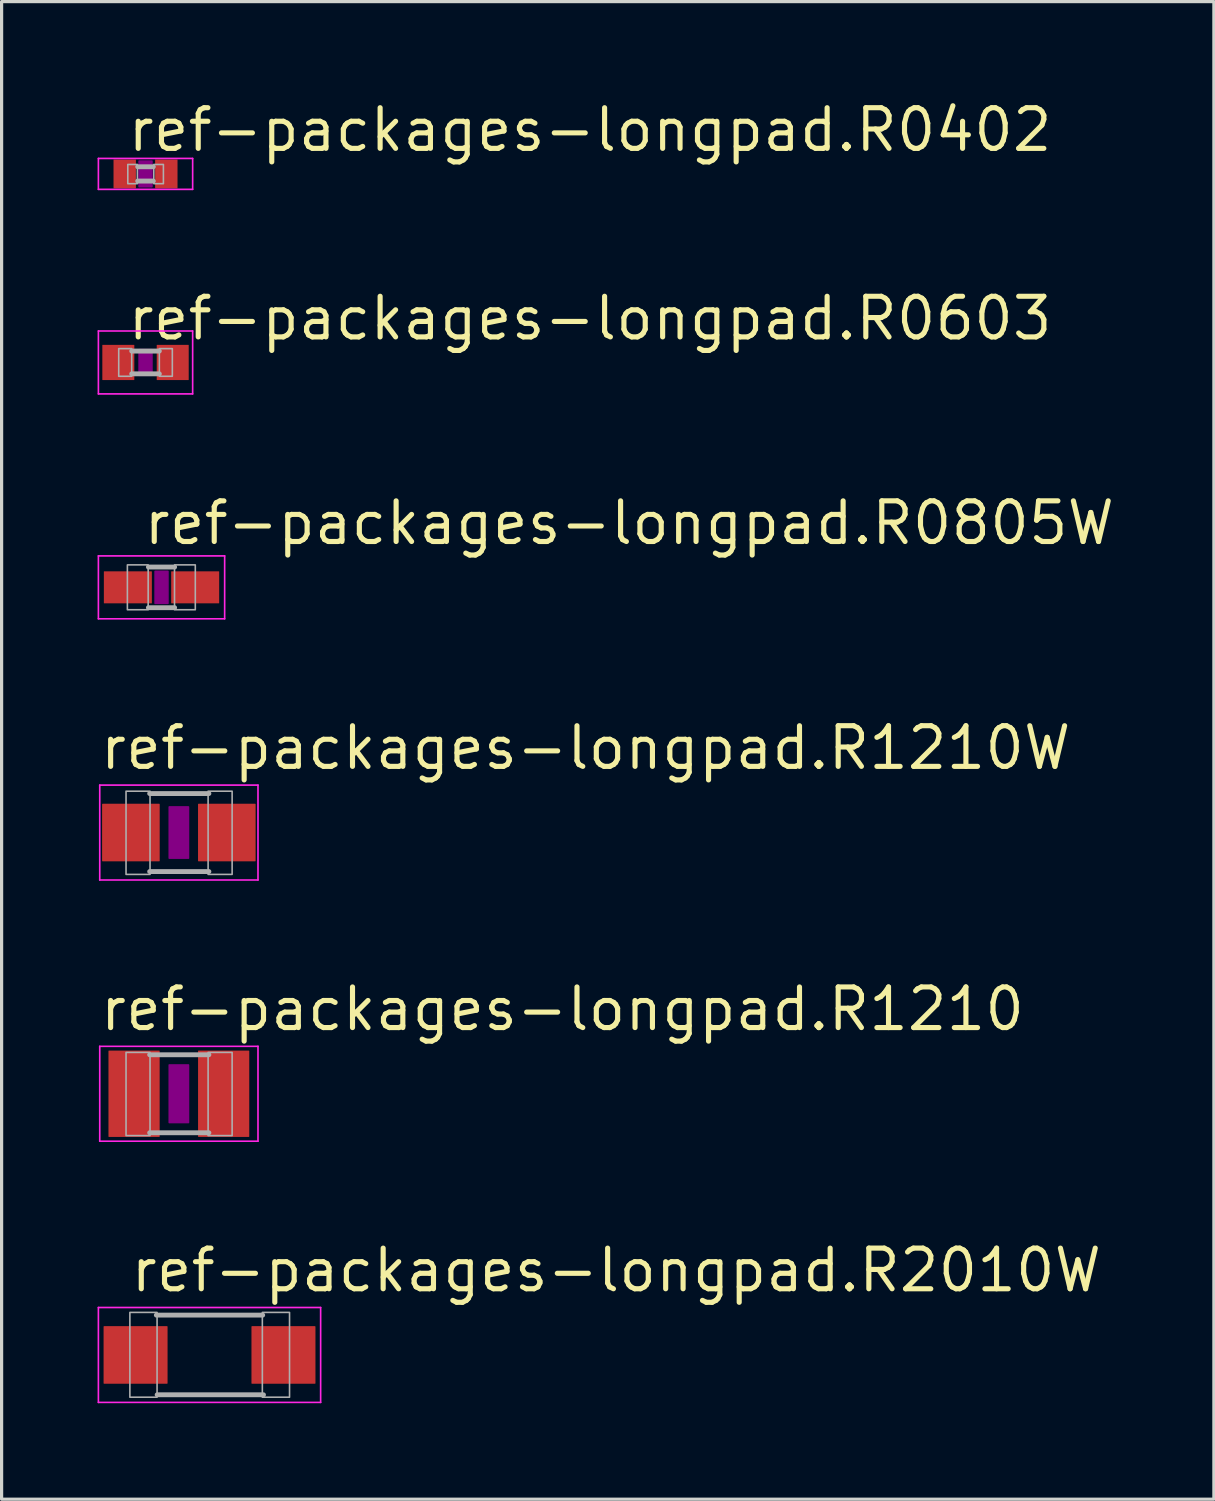
<source format=kicad_pcb>
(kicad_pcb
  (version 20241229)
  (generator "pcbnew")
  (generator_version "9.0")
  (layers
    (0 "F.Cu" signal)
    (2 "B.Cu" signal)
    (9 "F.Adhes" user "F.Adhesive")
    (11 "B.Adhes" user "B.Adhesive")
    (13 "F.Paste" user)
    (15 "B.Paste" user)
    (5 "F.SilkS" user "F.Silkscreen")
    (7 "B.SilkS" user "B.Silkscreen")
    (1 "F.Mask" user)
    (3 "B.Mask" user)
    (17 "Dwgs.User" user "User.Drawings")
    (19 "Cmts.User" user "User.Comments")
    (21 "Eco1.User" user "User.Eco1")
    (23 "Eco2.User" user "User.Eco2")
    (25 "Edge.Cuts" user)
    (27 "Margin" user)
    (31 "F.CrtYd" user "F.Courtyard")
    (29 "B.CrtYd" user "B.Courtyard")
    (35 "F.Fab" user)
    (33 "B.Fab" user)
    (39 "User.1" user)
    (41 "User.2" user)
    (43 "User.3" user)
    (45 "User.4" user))
  (footprint "ref-packages-longpad.R0603"
    (layer "F.Cu")
    (at 1.498 8.278)
    (property "Reference" "ref-packages-longpad.R0603" (at -0.635 -0.635 0) (layer "F.SilkS") (effects (font (size 1.27 1.27) (thickness 0.16)) (justify left bottom)))
    (attr smd)
    (fp_rect (start -0.2 0.4) (end 0.2 -0.4) (stroke (width 0.05) (type default)) (fill yes) (layer "F.Adhes"))
    (fp_line (start -1.473 -0.983) (end 1.473 -0.983) (stroke (width 0.051) (type default)) (layer "F.CrtYd"))
    (fp_line (start -1.473 0.983) (end -1.473 -0.983) (stroke (width 0.051) (type default)) (layer "F.CrtYd"))
    (fp_line (start 1.473 -0.983) (end 1.473 0.983) (stroke (width 0.051) (type default)) (layer "F.CrtYd"))
    (fp_line (start 1.473 0.983) (end -1.473 0.983) (stroke (width 0.051) (type default)) (layer "F.CrtYd"))
    (fp_line (start -0.432 0.356) (end 0.432 0.356) (stroke (width 0.152) (type default)) (layer "F.Fab"))
    (fp_line (start 0.432 -0.356) (end -0.432 -0.356) (stroke (width 0.152) (type default)) (layer "F.Fab"))
    (fp_rect (start -0.838 0.432) (end -0.432 -0.432) (stroke (width 0.05) (type default)) (fill no) (layer "F.Fab"))
    (fp_rect (start 0.432 0.432) (end 0.838 -0.432) (stroke (width 0.05) (type default)) (fill no) (layer "F.Fab"))
    (pad "1" smd roundrect (at -0.85 0) (size 1 1.1) (layers "F.Cu" "F.Mask" "F.Paste") (roundrect_rratio 0.01))
    (pad "2" smd roundrect (at 0.85 0) (size 1 1.1) (layers "F.Cu" "F.Mask" "F.Paste") (roundrect_rratio 0.01)))
  (footprint "ref-packages-longpad.R0402"
    (layer "F.Cu")
    (at 1.498 2.385)
    (property "Reference" "ref-packages-longpad.R0402" (at -0.635 -0.635 0) (layer "F.SilkS") (effects (font (size 1.27 1.27) (thickness 0.16)) (justify left bottom)))
    (attr smd)
    (fp_rect (start -0.2 0.4) (end 0.2 -0.4) (stroke (width 0.05) (type default)) (fill yes) (layer "F.Adhes"))
    (fp_line (start -1.473 -0.483) (end 1.473 -0.483) (stroke (width 0.051) (type default)) (layer "F.CrtYd"))
    (fp_line (start -1.473 0.483) (end -1.473 -0.483) (stroke (width 0.051) (type default)) (layer "F.CrtYd"))
    (fp_line (start 1.473 -0.483) (end 1.473 0.483) (stroke (width 0.051) (type default)) (layer "F.CrtYd"))
    (fp_line (start 1.473 0.483) (end -1.473 0.483) (stroke (width 0.051) (type default)) (layer "F.CrtYd"))
    (fp_line (start -0.245 -0.224) (end 0.245 -0.224) (stroke (width 0.152) (type default)) (layer "F.Fab"))
    (fp_line (start 0.245 0.224) (end -0.245 0.224) (stroke (width 0.152) (type default)) (layer "F.Fab"))
    (fp_rect (start -0.554 0.305) (end -0.254 -0.295) (stroke (width 0.05) (type default)) (fill no) (layer "F.Fab"))
    (fp_rect (start 0.259 0.305) (end 0.559 -0.295) (stroke (width 0.05) (type default)) (fill no) (layer "F.Fab"))
    (pad "1" smd roundrect (at -0.65 0) (size 0.7 0.9) (layers "F.Cu" "F.Mask" "F.Paste") (roundrect_rratio 0.01))
    (pad "2" smd roundrect (at 0.65 0) (size 0.7 0.9) (layers "F.Cu" "F.Mask" "F.Paste") (roundrect_rratio 0.01)))
  (footprint "ref-packages-longpad.R0805W"
    (layer "F.Cu")
    (at 1.998 15.307)
    (property "Reference" "ref-packages-longpad.R0805W" (at -0.635 -1.27 0) (layer "F.SilkS") (effects (font (size 1.27 1.27) (thickness 0.16)) (justify left bottom)))
    (attr smd)
    (fp_rect (start -0.2 0.5) (end 0.2 -0.5) (stroke (width 0.05) (type default)) (fill yes) (layer "F.Adhes"))
    (fp_line (start -1.973 -0.983) (end 1.973 -0.983) (stroke (width 0.051) (type default)) (layer "F.CrtYd"))
    (fp_line (start -1.973 0.983) (end -1.973 -0.983) (stroke (width 0.051) (type default)) (layer "F.CrtYd"))
    (fp_line (start 1.973 -0.983) (end 1.973 0.983) (stroke (width 0.051) (type default)) (layer "F.CrtYd"))
    (fp_line (start 1.973 0.983) (end -1.973 0.983) (stroke (width 0.051) (type default)) (layer "F.CrtYd"))
    (fp_line (start -0.41 -0.635) (end 0.41 -0.635) (stroke (width 0.152) (type default)) (layer "F.Fab"))
    (fp_line (start -0.41 0.635) (end 0.41 0.635) (stroke (width 0.152) (type default)) (layer "F.Fab"))
    (fp_rect (start -1.067 0.699) (end -0.417 -0.702) (stroke (width 0.05) (type default)) (fill no) (layer "F.Fab"))
    (fp_rect (start 0.406 0.699) (end 1.056 -0.702) (stroke (width 0.05) (type default)) (fill no) (layer "F.Fab"))
    (pad "1" smd roundrect (at -1.052 0) (size 1.5 1) (layers "F.Cu" "F.Mask" "F.Paste") (roundrect_rratio 0.01))
    (pad "2" smd roundrect (at 1.052 0) (size 1.5 1) (layers "F.Cu" "F.Mask" "F.Paste") (roundrect_rratio 0.01)))
  (footprint "ref-packages-longpad.R1210"
    (layer "F.Cu")
    (at 2.54 31.134)
    (property "Reference" "ref-packages-longpad.R1210" (at -2.54 -1.905 0) (layer "F.SilkS") (effects (font (size 1.27 1.27) (thickness 0.16)) (justify left bottom)))
    (attr smd)
    (fp_rect (start -0.3 0.9) (end 0.3 -0.9) (stroke (width 0.05) (type default)) (fill yes) (layer "F.Adhes"))
    (fp_line (start -2.473 -1.483) (end 2.473 -1.483) (stroke (width 0.051) (type default)) (layer "F.CrtYd"))
    (fp_line (start -2.473 1.483) (end -2.473 -1.483) (stroke (width 0.051) (type default)) (layer "F.CrtYd"))
    (fp_line (start 2.473 -1.483) (end 2.473 1.483) (stroke (width 0.051) (type default)) (layer "F.CrtYd"))
    (fp_line (start 2.473 1.483) (end -2.473 1.483) (stroke (width 0.051) (type default)) (layer "F.CrtYd"))
    (fp_line (start -0.913 -1.219) (end 0.939 -1.219) (stroke (width 0.152) (type default)) (layer "F.Fab"))
    (fp_line (start -0.913 1.219) (end 0.939 1.219) (stroke (width 0.152) (type default)) (layer "F.Fab"))
    (fp_rect (start -1.651 1.308) (end -0.901 -1.292) (stroke (width 0.05) (type default)) (fill no) (layer "F.Fab"))
    (fp_rect (start 0.914 1.308) (end 1.665 -1.292) (stroke (width 0.05) (type default)) (fill no) (layer "F.Fab"))
    (pad "1" smd roundrect (at -1.4 0) (size 1.6 2.7) (layers "F.Cu" "F.Mask" "F.Paste") (roundrect_rratio 0.01))
    (pad "2" smd roundrect (at 1.4 0) (size 1.6 2.7) (layers "F.Cu" "F.Mask" "F.Paste") (roundrect_rratio 0.01)))
  (footprint "ref-packages-longpad.R1210W"
    (layer "F.Cu")
    (at 2.54 22.97)
    (property "Reference" "ref-packages-longpad.R1210W" (at -2.54 -1.905 0) (layer "F.SilkS") (effects (font (size 1.27 1.27) (thickness 0.16)) (justify left bottom)))
    (attr smd)
    (fp_rect (start -0.3 0.8) (end 0.3 -0.8) (stroke (width 0.05) (type default)) (fill yes) (layer "F.Adhes"))
    (fp_line (start -2.473 -1.483) (end 2.473 -1.483) (stroke (width 0.051) (type default)) (layer "F.CrtYd"))
    (fp_line (start -2.473 1.483) (end -2.473 -1.483) (stroke (width 0.051) (type default)) (layer "F.CrtYd"))
    (fp_line (start 2.473 -1.483) (end 2.473 1.483) (stroke (width 0.051) (type default)) (layer "F.CrtYd"))
    (fp_line (start 2.473 1.483) (end -2.473 1.483) (stroke (width 0.051) (type default)) (layer "F.CrtYd"))
    (fp_line (start -0.913 -1.219) (end 0.939 -1.219) (stroke (width 0.152) (type default)) (layer "F.Fab"))
    (fp_line (start -0.913 1.219) (end 0.939 1.219) (stroke (width 0.152) (type default)) (layer "F.Fab"))
    (fp_rect (start -1.651 1.308) (end -0.901 -1.292) (stroke (width 0.05) (type default)) (fill no) (layer "F.Fab"))
    (fp_rect (start 0.914 1.308) (end 1.665 -1.292) (stroke (width 0.05) (type default)) (fill no) (layer "F.Fab"))
    (pad "1" smd roundrect (at -1.499 0) (size 1.8 1.8) (layers "F.Cu" "F.Mask" "F.Paste") (roundrect_rratio 0.01))
    (pad "2" smd roundrect (at 1.499 0) (size 1.8 1.8) (layers "F.Cu" "F.Mask" "F.Paste") (roundrect_rratio 0.01)))
  (footprint "ref-packages-longpad.R2010W"
    (layer "F.Cu")
    (at 3.498 39.297)
    (property "Reference" "ref-packages-longpad.R2010W" (at -2.54 -1.905 0) (layer "F.SilkS") (effects (font (size 1.27 1.27) (thickness 0.16)) (justify left bottom)))
    (attr smd)
    (fp_line (start -3.473 -1.483) (end 3.473 -1.483) (stroke (width 0.051) (type default)) (layer "F.CrtYd"))
    (fp_line (start -3.473 1.483) (end -3.473 -1.483) (stroke (width 0.051) (type default)) (layer "F.CrtYd"))
    (fp_line (start 3.473 -1.483) (end 3.473 1.483) (stroke (width 0.051) (type default)) (layer "F.CrtYd"))
    (fp_line (start 3.473 1.483) (end -3.473 1.483) (stroke (width 0.051) (type default)) (layer "F.CrtYd"))
    (fp_line (start -1.662 -1.245) (end 1.662 -1.245) (stroke (width 0.152) (type default)) (layer "F.Fab"))
    (fp_line (start -1.637 1.245) (end 1.687 1.245) (stroke (width 0.152) (type default)) (layer "F.Fab"))
    (fp_rect (start -2.489 1.321) (end -1.639 -1.329) (stroke (width 0.05) (type default)) (fill no) (layer "F.Fab"))
    (fp_rect (start 1.651 1.321) (end 2.501 -1.329) (stroke (width 0.05) (type default)) (fill no) (layer "F.Fab"))
    (pad "1" smd roundrect (at -2.311 0) (size 2 1.8) (layers "F.Cu" "F.Mask" "F.Paste") (roundrect_rratio 0.01))
    (pad "2" smd roundrect (at 2.311 0) (size 2 1.8) (layers "F.Cu" "F.Mask" "F.Paste") (roundrect_rratio 0.01)))
  (gr_rect
    (start -3 -3)
    (end 34.888 43.805)
    (stroke (width 0.1) (type default))
    (fill no)
    (layer "Edge.Cuts")))
</source>
